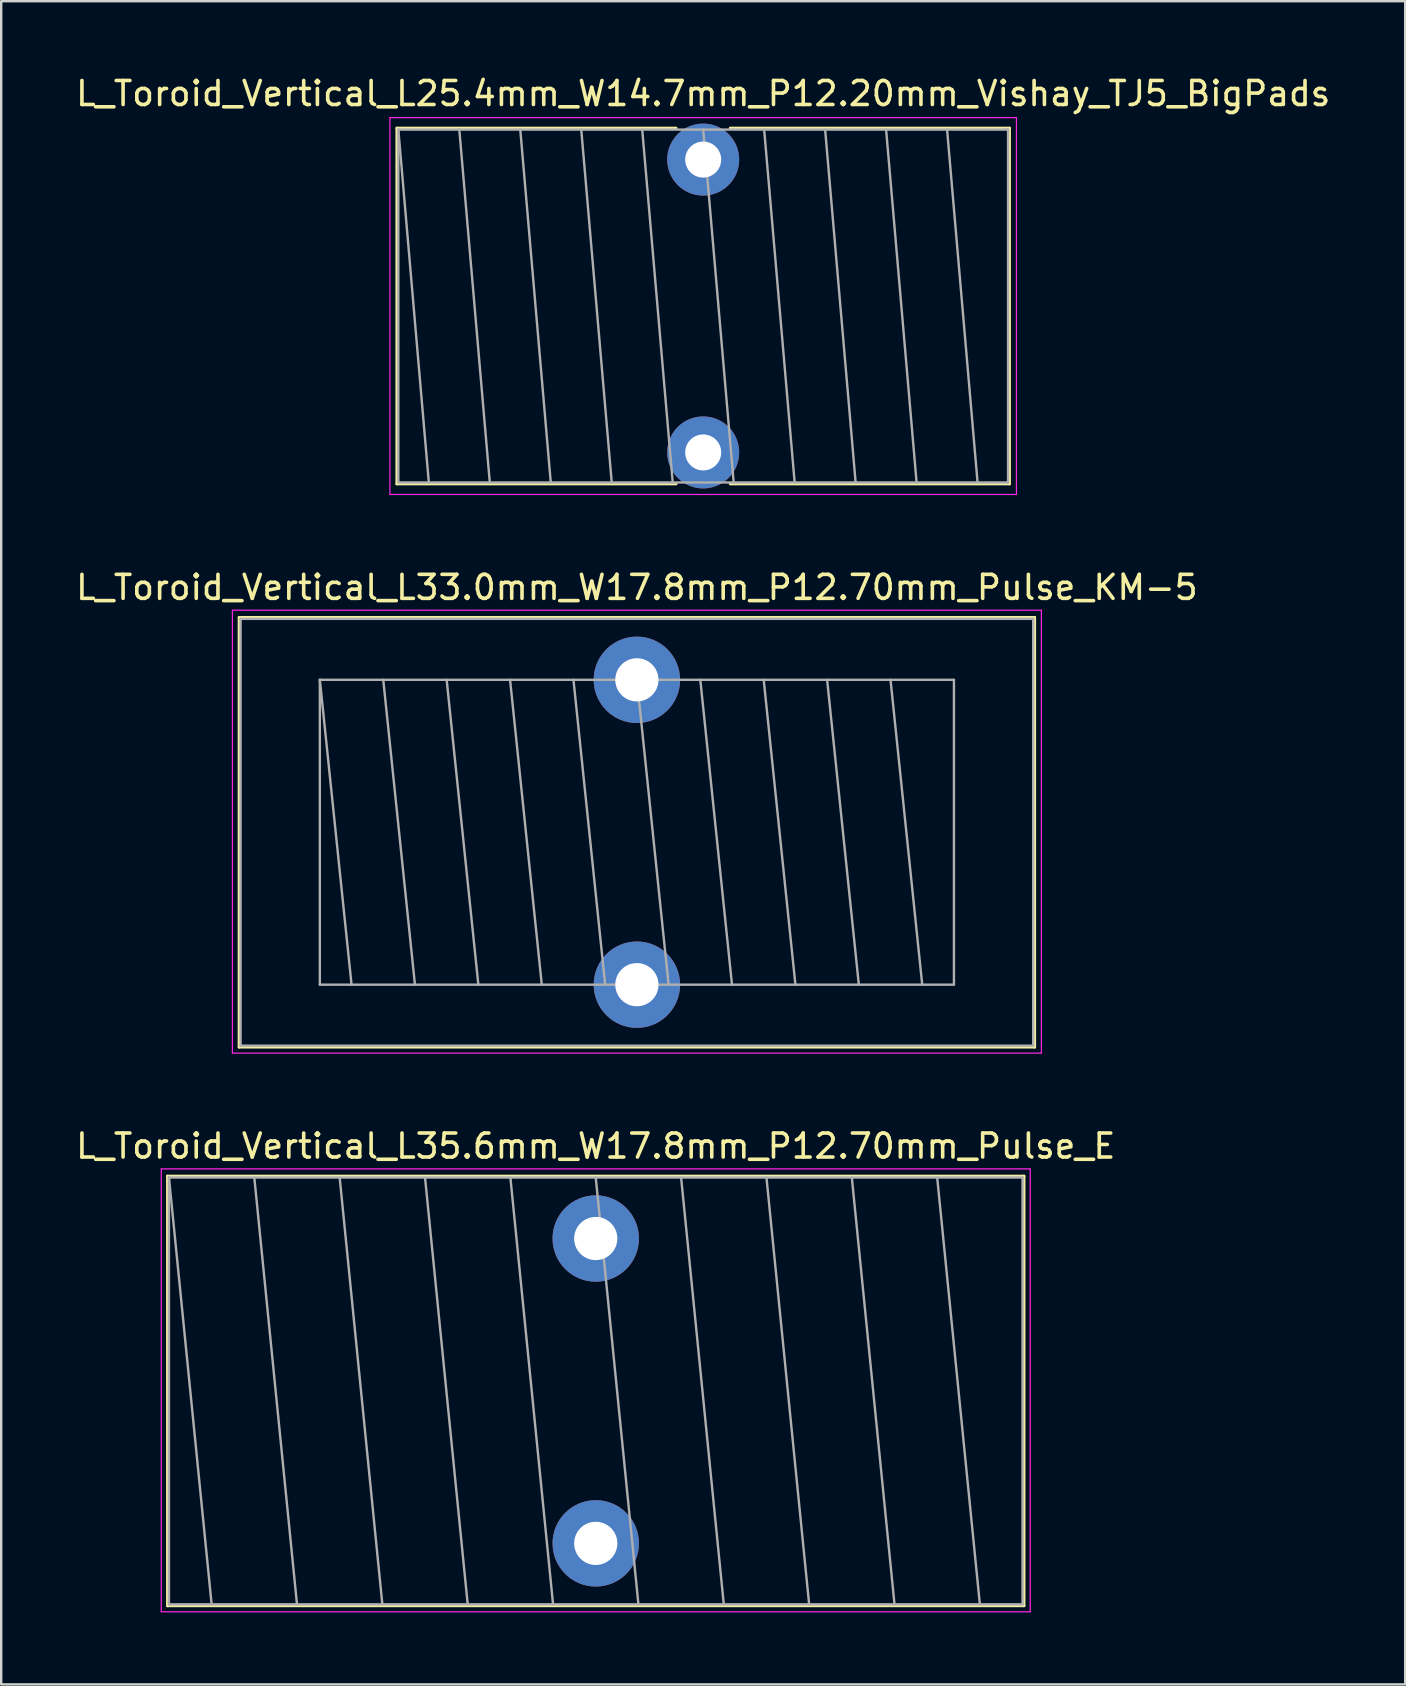
<source format=kicad_pcb>
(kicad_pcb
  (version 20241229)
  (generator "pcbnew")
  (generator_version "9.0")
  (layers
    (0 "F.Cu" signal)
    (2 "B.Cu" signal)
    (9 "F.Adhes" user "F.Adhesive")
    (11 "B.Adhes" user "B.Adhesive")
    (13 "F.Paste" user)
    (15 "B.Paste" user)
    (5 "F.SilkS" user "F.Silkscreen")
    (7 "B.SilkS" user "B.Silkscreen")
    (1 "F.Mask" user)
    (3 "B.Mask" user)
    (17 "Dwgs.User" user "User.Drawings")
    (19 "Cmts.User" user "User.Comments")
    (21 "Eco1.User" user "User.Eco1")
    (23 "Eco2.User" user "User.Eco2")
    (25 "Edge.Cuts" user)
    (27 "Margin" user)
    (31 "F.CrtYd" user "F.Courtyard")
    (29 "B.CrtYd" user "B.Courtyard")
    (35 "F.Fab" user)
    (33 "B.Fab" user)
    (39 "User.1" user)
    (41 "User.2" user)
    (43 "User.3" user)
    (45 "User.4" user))
  (footprint "L_Toroid_Vertical_L25.4mm_W14.7mm_P12.20mm_Vishay_TJ5_BigPads"
    (layer "F.Cu")
    (at 26.244 3.598)
    (property "Reference" "L_Toroid_Vertical_L25.4mm_W14.7mm_P12.20mm_Vishay_TJ5_BigPads" (at 0 -2.75 0) (layer "F.SilkS") (effects (font (size 1 1) (thickness 0.15))))
    (attr through_hole)
    (fp_line (start -12.76 -1.31) (end -12.76 13.51) (stroke (width 0.12) (type solid)) (layer "F.SilkS"))
    (fp_line (start -12.76 -1.31) (end -1.127 -1.31) (stroke (width 0.12) (type solid)) (layer "F.SilkS"))
    (fp_line (start -12.76 13.51) (end -1.127 13.51) (stroke (width 0.12) (type solid)) (layer "F.SilkS"))
    (fp_line (start 1.127 -1.31) (end 12.76 -1.31) (stroke (width 0.12) (type solid)) (layer "F.SilkS"))
    (fp_line (start 1.127 13.51) (end 12.76 13.51) (stroke (width 0.12) (type solid)) (layer "F.SilkS"))
    (fp_line (start 12.76 -1.31) (end 12.76 13.51) (stroke (width 0.12) (type solid)) (layer "F.SilkS"))
    (fp_line (start -13.05 -1.75) (end -13.05 13.95) (stroke (width 0.05) (type solid)) (layer "F.CrtYd"))
    (fp_line (start -13.05 13.95) (end 13.05 13.95) (stroke (width 0.05) (type solid)) (layer "F.CrtYd"))
    (fp_line (start 13.05 -1.75) (end -13.05 -1.75) (stroke (width 0.05) (type solid)) (layer "F.CrtYd"))
    (fp_line (start 13.05 13.95) (end 13.05 -1.75) (stroke (width 0.05) (type solid)) (layer "F.CrtYd"))
    (fp_line (start -12.7 -1.25) (end -12.7 13.45) (stroke (width 0.1) (type solid)) (layer "F.Fab"))
    (fp_line (start -12.7 -1.25) (end -11.43 13.45) (stroke (width 0.1) (type solid)) (layer "F.Fab"))
    (fp_line (start -12.7 13.45) (end 12.7 13.45) (stroke (width 0.1) (type solid)) (layer "F.Fab"))
    (fp_line (start -10.16 -1.25) (end -8.89 13.45) (stroke (width 0.1) (type solid)) (layer "F.Fab"))
    (fp_line (start -7.62 -1.25) (end -6.35 13.45) (stroke (width 0.1) (type solid)) (layer "F.Fab"))
    (fp_line (start -5.08 -1.25) (end -3.81 13.45) (stroke (width 0.1) (type solid)) (layer "F.Fab"))
    (fp_line (start -2.54 -1.25) (end -1.27 13.45) (stroke (width 0.1) (type solid)) (layer "F.Fab"))
    (fp_line (start 0 -1.25) (end 1.27 13.45) (stroke (width 0.1) (type solid)) (layer "F.Fab"))
    (fp_line (start 2.54 -1.25) (end 3.81 13.45) (stroke (width 0.1) (type solid)) (layer "F.Fab"))
    (fp_line (start 5.08 -1.25) (end 6.35 13.45) (stroke (width 0.1) (type solid)) (layer "F.Fab"))
    (fp_line (start 7.62 -1.25) (end 8.89 13.45) (stroke (width 0.1) (type solid)) (layer "F.Fab"))
    (fp_line (start 10.16 -1.25) (end 11.43 13.45) (stroke (width 0.1) (type solid)) (layer "F.Fab"))
    (fp_line (start 12.7 -1.25) (end -12.7 -1.25) (stroke (width 0.1) (type solid)) (layer "F.Fab"))
    (fp_line (start 12.7 13.45) (end 12.7 -1.25) (stroke (width 0.1) (type solid)) (layer "F.Fab"))
    (pad "1" thru_hole circle (at 0 0) (size 3 3) (drill 1.5) (layers "*.Cu" "*.Mask"))
    (pad "2" thru_hole circle (at 0 12.2) (size 3 3) (drill 1.5) (layers "*.Cu" "*.Mask")))
  (footprint "L_Toroid_Vertical_L35.6mm_W17.8mm_P12.70mm_Pulse_E"
    (layer "F.Cu")
    (at 21.768 48.545)
    (property "Reference" "L_Toroid_Vertical_L35.6mm_W17.8mm_P12.70mm_Pulse_E" (at 0 -3.85 0) (layer "F.SilkS") (effects (font (size 1 1) (thickness 0.15))))
    (attr through_hole)
    (fp_line (start -17.84 -2.6) (end -17.84 15.3) (stroke (width 0.12) (type solid)) (layer "F.SilkS"))
    (fp_line (start -17.84 -2.6) (end 17.84 -2.6) (stroke (width 0.12) (type solid)) (layer "F.SilkS"))
    (fp_line (start -17.84 15.3) (end 17.84 15.3) (stroke (width 0.12) (type solid)) (layer "F.SilkS"))
    (fp_line (start 17.84 -2.6) (end 17.84 15.3) (stroke (width 0.12) (type solid)) (layer "F.SilkS"))
    (fp_line (start -18.1 -2.9) (end -18.1 15.55) (stroke (width 0.05) (type solid)) (layer "F.CrtYd"))
    (fp_line (start -18.1 15.55) (end 18.1 15.55) (stroke (width 0.05) (type solid)) (layer "F.CrtYd"))
    (fp_line (start 18.1 -2.9) (end -18.1 -2.9) (stroke (width 0.05) (type solid)) (layer "F.CrtYd"))
    (fp_line (start 18.1 15.55) (end 18.1 -2.9) (stroke (width 0.05) (type solid)) (layer "F.CrtYd"))
    (fp_line (start -17.78 -2.54) (end -17.78 15.24) (stroke (width 0.1) (type solid)) (layer "F.Fab"))
    (fp_line (start -17.78 -2.54) (end -16.002 15.24) (stroke (width 0.1) (type solid)) (layer "F.Fab"))
    (fp_line (start -17.78 15.24) (end 17.78 15.24) (stroke (width 0.1) (type solid)) (layer "F.Fab"))
    (fp_line (start -14.224 -2.54) (end -12.446 15.24) (stroke (width 0.1) (type solid)) (layer "F.Fab"))
    (fp_line (start -10.668 -2.54) (end -8.89 15.24) (stroke (width 0.1) (type solid)) (layer "F.Fab"))
    (fp_line (start -7.112 -2.54) (end -5.334 15.24) (stroke (width 0.1) (type solid)) (layer "F.Fab"))
    (fp_line (start -3.556 -2.54) (end -1.778 15.24) (stroke (width 0.1) (type solid)) (layer "F.Fab"))
    (fp_line (start 0 -2.54) (end 1.778 15.24) (stroke (width 0.1) (type solid)) (layer "F.Fab"))
    (fp_line (start 3.556 -2.54) (end 5.334 15.24) (stroke (width 0.1) (type solid)) (layer "F.Fab"))
    (fp_line (start 7.112 -2.54) (end 8.89 15.24) (stroke (width 0.1) (type solid)) (layer "F.Fab"))
    (fp_line (start 10.668 -2.54) (end 12.446 15.24) (stroke (width 0.1) (type solid)) (layer "F.Fab"))
    (fp_line (start 14.224 -2.54) (end 16.002 15.24) (stroke (width 0.1) (type solid)) (layer "F.Fab"))
    (fp_line (start 17.78 -2.54) (end -17.78 -2.54) (stroke (width 0.1) (type solid)) (layer "F.Fab"))
    (fp_line (start 17.78 15.24) (end 17.78 -2.54) (stroke (width 0.1) (type solid)) (layer "F.Fab"))
    (pad "1" thru_hole circle (at 0 0) (size 3.6 3.6) (drill 1.8) (layers "*.Cu" "*.Mask"))
    (pad "2" thru_hole circle (at 0 12.7) (size 3.6 3.6) (drill 1.8) (layers "*.Cu" "*.Mask")))
  (footprint "L_Toroid_Vertical_L33.0mm_W17.8mm_P12.70mm_Pulse_KM-5"
    (layer "F.Cu")
    (at 23.482 25.271)
    (property "Reference" "L_Toroid_Vertical_L33.0mm_W17.8mm_P12.70mm_Pulse_KM-5" (at 0 -3.85 0) (layer "F.SilkS") (effects (font (size 1 1) (thickness 0.15))))
    (attr through_hole)
    (fp_line (start -16.57 -2.6) (end -16.57 15.3) (stroke (width 0.12) (type solid)) (layer "F.SilkS"))
    (fp_line (start -16.57 -2.6) (end 16.57 -2.6) (stroke (width 0.12) (type solid)) (layer "F.SilkS"))
    (fp_line (start -16.57 15.3) (end 16.57 15.3) (stroke (width 0.12) (type solid)) (layer "F.SilkS"))
    (fp_line (start 16.57 -2.6) (end 16.57 15.3) (stroke (width 0.12) (type solid)) (layer "F.SilkS"))
    (fp_line (start -16.85 -2.9) (end -16.85 15.55) (stroke (width 0.05) (type solid)) (layer "F.CrtYd"))
    (fp_line (start -16.85 15.55) (end 16.85 15.55) (stroke (width 0.05) (type solid)) (layer "F.CrtYd"))
    (fp_line (start 16.85 -2.9) (end -16.85 -2.9) (stroke (width 0.05) (type solid)) (layer "F.CrtYd"))
    (fp_line (start 16.85 15.55) (end 16.85 -2.9) (stroke (width 0.05) (type solid)) (layer "F.CrtYd"))
    (fp_line (start -16.51 -2.54) (end -16.51 15.24) (stroke (width 0.1) (type solid)) (layer "F.Fab"))
    (fp_line (start -16.51 15.24) (end 16.51 15.24) (stroke (width 0.1) (type solid)) (layer "F.Fab"))
    (fp_line (start -13.208 0) (end -13.208 12.7) (stroke (width 0.1) (type solid)) (layer "F.Fab"))
    (fp_line (start -13.208 0) (end -11.887 12.7) (stroke (width 0.1) (type solid)) (layer "F.Fab"))
    (fp_line (start -13.208 12.7) (end 13.208 12.7) (stroke (width 0.1) (type solid)) (layer "F.Fab"))
    (fp_line (start -10.566 0) (end -9.246 12.7) (stroke (width 0.1) (type solid)) (layer "F.Fab"))
    (fp_line (start -7.925 0) (end -6.604 12.7) (stroke (width 0.1) (type solid)) (layer "F.Fab"))
    (fp_line (start -5.283 0) (end -3.962 12.7) (stroke (width 0.1) (type solid)) (layer "F.Fab"))
    (fp_line (start -2.642 0) (end -1.321 12.7) (stroke (width 0.1) (type solid)) (layer "F.Fab"))
    (fp_line (start 0 0) (end 1.321 12.7) (stroke (width 0.1) (type solid)) (layer "F.Fab"))
    (fp_line (start 2.642 0) (end 3.962 12.7) (stroke (width 0.1) (type solid)) (layer "F.Fab"))
    (fp_line (start 5.283 0) (end 6.604 12.7) (stroke (width 0.1) (type solid)) (layer "F.Fab"))
    (fp_line (start 7.925 0) (end 9.246 12.7) (stroke (width 0.1) (type solid)) (layer "F.Fab"))
    (fp_line (start 10.566 0) (end 11.887 12.7) (stroke (width 0.1) (type solid)) (layer "F.Fab"))
    (fp_line (start 13.208 0) (end -13.208 0) (stroke (width 0.1) (type solid)) (layer "F.Fab"))
    (fp_line (start 13.208 12.7) (end 13.208 0) (stroke (width 0.1) (type solid)) (layer "F.Fab"))
    (fp_line (start 16.51 -2.54) (end -16.51 -2.54) (stroke (width 0.1) (type solid)) (layer "F.Fab"))
    (fp_line (start 16.51 15.24) (end 16.51 -2.54) (stroke (width 0.1) (type solid)) (layer "F.Fab"))
    (pad "1" thru_hole circle (at 0 0) (size 3.6 3.6) (drill 1.8) (layers "*.Cu" "*.Mask"))
    (pad "2" thru_hole circle (at 0 12.7) (size 3.6 3.6) (drill 1.8) (layers "*.Cu" "*.Mask")))
  (gr_rect
    (start -3 -3)
    (end 55.488 67.12)
    (stroke (width 0.1) (type default))
    (fill no)
    (layer "Edge.Cuts")))
</source>
